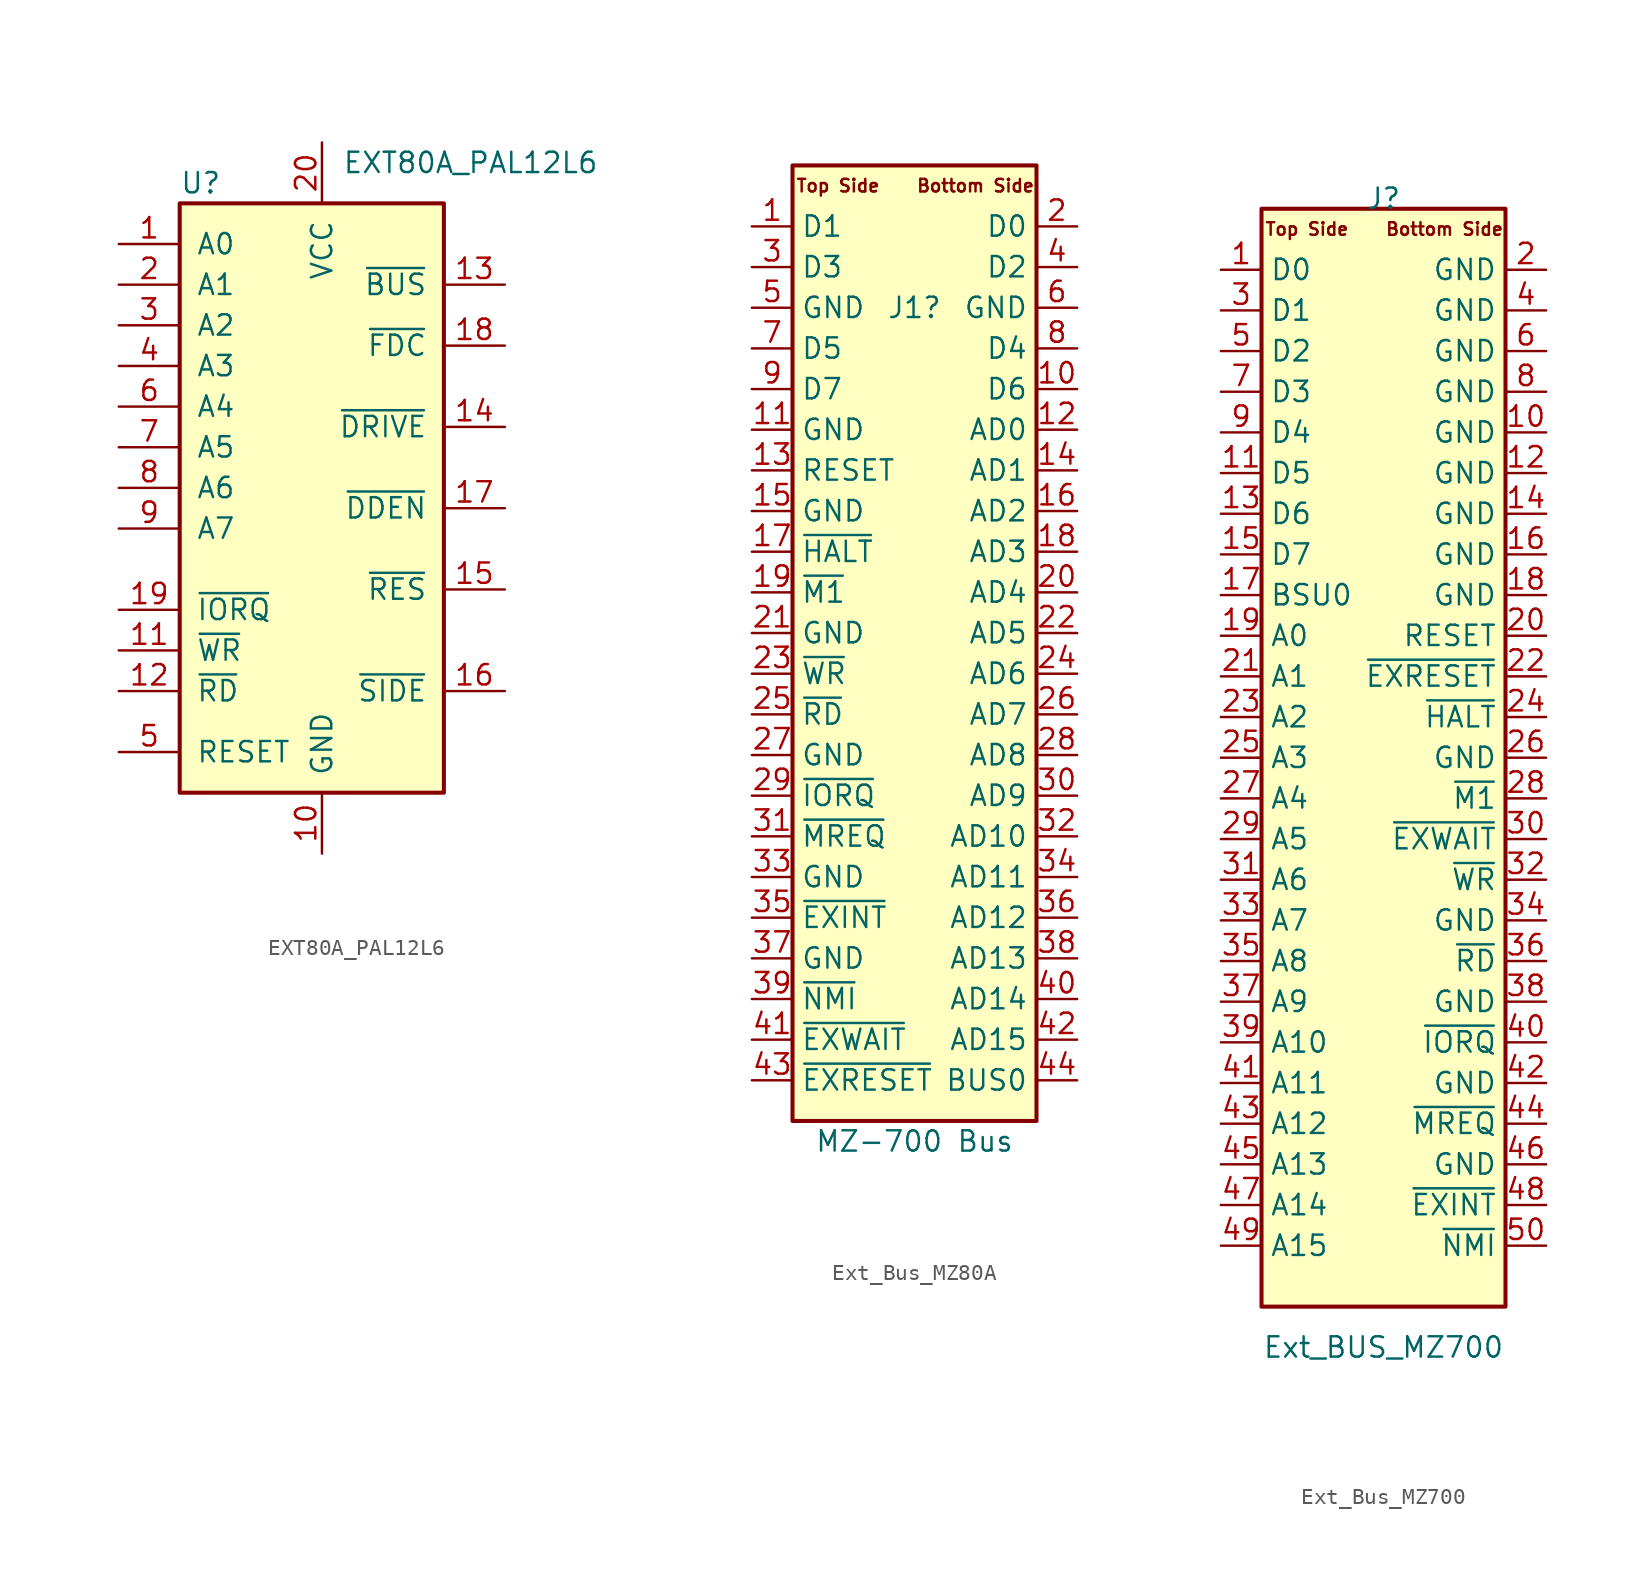
<source format=kicad_sym>
(kicad_symbol_lib
  (version 20220914)
  (generator kicad_symbol_editor)
  (symbol "EXT80A_PAL12L6"
    (pin_names
      (offset 1.016))
    (property "Reference" "U"
      (at -8.89 16.51 0)
      (effects (font (size 1.27 1.27)) (justify left)))
    (property "Value" "EXT80A_PAL12L6"
      (at 1.27 17.78 0)
      (effects (font (size 1.27 1.27)) (justify left)))
    (symbol "EXT80A_PAL12L6_0_0"
      (pin power_in line (at 0 -25.4 90) (length 3.81) (name "GND" (effects (font (size 1.27 1.27)))) (number "10" (effects (font (size 1.27 1.27)))))
      (pin power_in line (at 0 19.05 270) (length 3.81) (name "VCC" (effects (font (size 1.27 1.27)))) (number "20" (effects (font (size 1.27 1.27))))))
    (symbol "EXT80A_PAL12L6_0_1"
      (rectangle (start -8.89 15.24) (end 7.62 -21.59) (stroke (width 0.254) (type default)) (fill (type background))))
    (symbol "EXT80A_PAL12L6_1_1"
      (pin input line (at -12.7 12.7 0) (length 3.81) (name "A0" (effects (font (size 1.27 1.27)))) (number "1" (effects (font (size 1.27 1.27)))))
      (pin input line (at -12.7 -12.7 0) (length 3.81) (name "~{WR}" (effects (font (size 1.27 1.27)))) (number "11" (effects (font (size 1.27 1.27)))))
      (pin input line (at -12.7 -15.24 0) (length 3.81) (name "~{RD}" (effects (font (size 1.27 1.27)))) (number "12" (effects (font (size 1.27 1.27)))))
      (pin output line (at 11.43 10.16 180) (length 3.81) (name "~{BUS}" (effects (font (size 1.27 1.27)))) (number "13" (effects (font (size 1.27 1.27)))))
      (pin output line (at 11.43 1.27 180) (length 3.81) (name "~{DRIVE}" (effects (font (size 1.27 1.27)))) (number "14" (effects (font (size 1.27 1.27)))))
      (pin output line (at 11.43 -8.89 180) (length 3.81) (name "~{RES}" (effects (font (size 1.27 1.27)))) (number "15" (effects (font (size 1.27 1.27)))))
      (pin output line (at 11.43 -15.24 180) (length 3.81) (name "~{SIDE}" (effects (font (size 1.27 1.27)))) (number "16" (effects (font (size 1.27 1.27)))))
      (pin output line (at 11.43 -3.81 180) (length 3.81) (name "~{DDEN}" (effects (font (size 1.27 1.27)))) (number "17" (effects (font (size 1.27 1.27)))))
      (pin output line (at 11.43 6.35 180) (length 3.81) (name "~{FDC}" (effects (font (size 1.27 1.27)))) (number "18" (effects (font (size 1.27 1.27)))))
      (pin input line (at -12.7 -10.16 0) (length 3.81) (name "~{IORQ}" (effects (font (size 1.27 1.27)))) (number "19" (effects (font (size 1.27 1.27)))))
      (pin input line (at -12.7 10.16 0) (length 3.81) (name "A1" (effects (font (size 1.27 1.27)))) (number "2" (effects (font (size 1.27 1.27)))))
      (pin input line (at -12.7 7.62 0) (length 3.81) (name "A2" (effects (font (size 1.27 1.27)))) (number "3" (effects (font (size 1.27 1.27)))))
      (pin input line (at -12.7 5.08 0) (length 3.81) (name "A3" (effects (font (size 1.27 1.27)))) (number "4" (effects (font (size 1.27 1.27)))))
      (pin input line (at -12.7 -19.05 0) (length 3.81) (name "RESET" (effects (font (size 1.27 1.27)))) (number "5" (effects (font (size 1.27 1.27)))))
      (pin input line (at -12.7 2.54 0) (length 3.81) (name "A4" (effects (font (size 1.27 1.27)))) (number "6" (effects (font (size 1.27 1.27)))))
      (pin input line (at -12.7 0 0) (length 3.81) (name "A5" (effects (font (size 1.27 1.27)))) (number "7" (effects (font (size 1.27 1.27)))))
      (pin input line (at -12.7 -2.54 0) (length 3.81) (name "A6" (effects (font (size 1.27 1.27)))) (number "8" (effects (font (size 1.27 1.27)))))
      (pin input line (at -12.7 -5.08 0) (length 3.81) (name "A7" (effects (font (size 1.27 1.27)))) (number "9" (effects (font (size 1.27 1.27)))))))
  (symbol "Ext_Bus_MZ80A"
    (property "Reference" "J1"
      (at 0 21.59 0)
      (effects (font (size 1.27 1.27))))
    (property "Value" "MZ-700 Bus"
      (at 0 -30.48 0)
      (effects (font (size 1.27 1.27))))
    (symbol "Ext_Bus_MZ80A_0_0"
      (text " Top Side" (at -5.08 29.21 0) (effects (font (size 0.787 0.787))))
      (text "Bottom Side" (at 3.81 29.21 0) (effects (font (size 0.787 0.787)))))
    (symbol "Ext_Bus_MZ80A_0_1"
      (rectangle (start -7.62 30.48) (end 7.62 -29.21) (stroke (width 0.254) (type default)) (fill (type background))))
    (symbol "Ext_Bus_MZ80A_1_1"
      (pin tri_state line (at -10.16 26.67 0) (length 2.54) (name "D1" (effects (font (size 1.27 1.27)))) (number "1" (effects (font (size 1.27 1.27)))))
      (pin tri_state line (at 10.16 16.51 180) (length 2.54) (name "D6" (effects (font (size 1.27 1.27)))) (number "10" (effects (font (size 1.27 1.27)))))
      (pin power_in line (at -10.16 13.97 0) (length 2.54) (name "GND" (effects (font (size 1.27 1.27)))) (number "11" (effects (font (size 1.27 1.27)))))
      (pin tri_state line (at 10.16 13.97 180) (length 2.54) (name "AD0" (effects (font (size 1.27 1.27)))) (number "12" (effects (font (size 1.27 1.27)))))
      (pin tri_state line (at -10.16 11.43 0) (length 2.54) (name "RESET" (effects (font (size 1.27 1.27)))) (number "13" (effects (font (size 1.27 1.27)))))
      (pin tri_state line (at 10.16 11.43 180) (length 2.54) (name "AD1" (effects (font (size 1.27 1.27)))) (number "14" (effects (font (size 1.27 1.27)))))
      (pin power_in line (at -10.16 8.89 0) (length 2.54) (name "GND" (effects (font (size 1.27 1.27)))) (number "15" (effects (font (size 1.27 1.27)))))
      (pin tri_state line (at 10.16 8.89 180) (length 2.54) (name "AD2" (effects (font (size 1.27 1.27)))) (number "16" (effects (font (size 1.27 1.27)))))
      (pin tri_state line (at -10.16 6.35 0) (length 2.54) (name "~{HALT}" (effects (font (size 1.27 1.27)))) (number "17" (effects (font (size 1.27 1.27)))))
      (pin tri_state line (at 10.16 6.35 180) (length 2.54) (name "AD3" (effects (font (size 1.27 1.27)))) (number "18" (effects (font (size 1.27 1.27)))))
      (pin tri_state line (at -10.16 3.81 0) (length 2.54) (name "~{M1}" (effects (font (size 1.27 1.27)))) (number "19" (effects (font (size 1.27 1.27)))))
      (pin tri_state line (at 10.16 26.67 180) (length 2.54) (name "D0" (effects (font (size 1.27 1.27)))) (number "2" (effects (font (size 1.27 1.27)))))
      (pin tri_state line (at 10.16 3.81 180) (length 2.54) (name "AD4" (effects (font (size 1.27 1.27)))) (number "20" (effects (font (size 1.27 1.27)))))
      (pin power_in line (at -10.16 1.27 0) (length 2.54) (name "GND" (effects (font (size 1.27 1.27)))) (number "21" (effects (font (size 1.27 1.27)))))
      (pin tri_state line (at 10.16 1.27 180) (length 2.54) (name "AD5" (effects (font (size 1.27 1.27)))) (number "22" (effects (font (size 1.27 1.27)))))
      (pin tri_state line (at -10.16 -1.27 0) (length 2.54) (name "~{WR}" (effects (font (size 1.27 1.27)))) (number "23" (effects (font (size 1.27 1.27)))))
      (pin tri_state line (at 10.16 -1.27 180) (length 2.54) (name "AD6" (effects (font (size 1.27 1.27)))) (number "24" (effects (font (size 1.27 1.27)))))
      (pin tri_state line (at -10.16 -3.81 0) (length 2.54) (name "~{RD}" (effects (font (size 1.27 1.27)))) (number "25" (effects (font (size 1.27 1.27)))))
      (pin tri_state line (at 10.16 -3.81 180) (length 2.54) (name "AD7" (effects (font (size 1.27 1.27)))) (number "26" (effects (font (size 1.27 1.27)))))
      (pin power_in line (at -10.16 -6.35 0) (length 2.54) (name "GND" (effects (font (size 1.27 1.27)))) (number "27" (effects (font (size 1.27 1.27)))))
      (pin tri_state line (at 10.16 -6.35 180) (length 2.54) (name "AD8" (effects (font (size 1.27 1.27)))) (number "28" (effects (font (size 1.27 1.27)))))
      (pin tri_state line (at -10.16 -8.89 0) (length 2.54) (name "~{IORQ}" (effects (font (size 1.27 1.27)))) (number "29" (effects (font (size 1.27 1.27)))))
      (pin tri_state line (at -10.16 24.13 0) (length 2.54) (name "D3" (effects (font (size 1.27 1.27)))) (number "3" (effects (font (size 1.27 1.27)))))
      (pin tri_state line (at 10.16 -8.89 180) (length 2.54) (name "AD9" (effects (font (size 1.27 1.27)))) (number "30" (effects (font (size 1.27 1.27)))))
      (pin tri_state line (at -10.16 -11.43 0) (length 2.54) (name "~{MREQ}" (effects (font (size 1.27 1.27)))) (number "31" (effects (font (size 1.27 1.27)))))
      (pin tri_state line (at 10.16 -11.43 180) (length 2.54) (name "AD10" (effects (font (size 1.27 1.27)))) (number "32" (effects (font (size 1.27 1.27)))))
      (pin power_in line (at -10.16 -13.97 0) (length 2.54) (name "GND" (effects (font (size 1.27 1.27)))) (number "33" (effects (font (size 1.27 1.27)))))
      (pin tri_state line (at 10.16 -13.97 180) (length 2.54) (name "AD11" (effects (font (size 1.27 1.27)))) (number "34" (effects (font (size 1.27 1.27)))))
      (pin tri_state line (at -10.16 -16.51 0) (length 2.54) (name "~{EXINT}" (effects (font (size 1.27 1.27)))) (number "35" (effects (font (size 1.27 1.27)))))
      (pin tri_state line (at 10.16 -16.51 180) (length 2.54) (name "AD12" (effects (font (size 1.27 1.27)))) (number "36" (effects (font (size 1.27 1.27)))))
      (pin power_in line (at -10.16 -19.05 0) (length 2.54) (name "GND" (effects (font (size 1.27 1.27)))) (number "37" (effects (font (size 1.27 1.27)))))
      (pin tri_state line (at 10.16 -19.05 180) (length 2.54) (name "AD13" (effects (font (size 1.27 1.27)))) (number "38" (effects (font (size 1.27 1.27)))))
      (pin tri_state line (at -10.16 -21.59 0) (length 2.54) (name "~{NMI}" (effects (font (size 1.27 1.27)))) (number "39" (effects (font (size 1.27 1.27)))))
      (pin tri_state line (at 10.16 24.13 180) (length 2.54) (name "D2" (effects (font (size 1.27 1.27)))) (number "4" (effects (font (size 1.27 1.27)))))
      (pin tri_state line (at 10.16 -21.59 180) (length 2.54) (name "AD14" (effects (font (size 1.27 1.27)))) (number "40" (effects (font (size 1.27 1.27)))))
      (pin tri_state line (at -10.16 -24.13 0) (length 2.54) (name "~{EXWAIT}" (effects (font (size 1.27 1.27)))) (number "41" (effects (font (size 1.27 1.27)))))
      (pin tri_state line (at 10.16 -24.13 180) (length 2.54) (name "AD15" (effects (font (size 1.27 1.27)))) (number "42" (effects (font (size 1.27 1.27)))))
      (pin tri_state line (at -10.16 -26.67 0) (length 2.54) (name "~{EXRESET}" (effects (font (size 1.27 1.27)))) (number "43" (effects (font (size 1.27 1.27)))))
      (pin tri_state line (at 10.16 -26.67 180) (length 2.54) (name "BUS0" (effects (font (size 1.27 1.27)))) (number "44" (effects (font (size 1.27 1.27)))))
      (pin power_in line (at -10.16 21.59 0) (length 2.54) (name "GND" (effects (font (size 1.27 1.27)))) (number "5" (effects (font (size 1.27 1.27)))))
      (pin power_in line (at 10.16 21.59 180) (length 2.54) (name "GND" (effects (font (size 1.27 1.27)))) (number "6" (effects (font (size 1.27 1.27)))))
      (pin tri_state line (at -10.16 19.05 0) (length 2.54) (name "D5" (effects (font (size 1.27 1.27)))) (number "7" (effects (font (size 1.27 1.27)))))
      (pin tri_state line (at 10.16 19.05 180) (length 2.54) (name "D4" (effects (font (size 1.27 1.27)))) (number "8" (effects (font (size 1.27 1.27)))))
      (pin tri_state line (at -10.16 16.51 0) (length 2.54) (name "D7" (effects (font (size 1.27 1.27)))) (number "9" (effects (font (size 1.27 1.27)))))))
  (symbol "Ext_Bus_MZ700"
    (property "Reference" "J"
      (at 0 31.115 0)
      (effects (font (size 1.27 1.27))))
    (property "Value" "Ext_BUS_MZ700"
      (at 0 -40.64 0)
      (effects (font (size 1.27 1.27))))
    (symbol "Ext_Bus_MZ700_0_0"
      (text " Top Side" (at -5.08 29.21 0) (effects (font (size 0.787 0.787))))
      (text "Bottom Side" (at 3.81 29.21 0) (effects (font (size 0.787 0.787)))))
    (symbol "Ext_Bus_MZ700_0_1"
      (rectangle (start -7.62 30.48) (end 7.62 -38.1) (stroke (width 0.254) (type default)) (fill (type background))))
    (symbol "Ext_Bus_MZ700_1_1"
      (pin tri_state line (at -10.16 26.67 0) (length 2.54) (name "D0" (effects (font (size 1.27 1.27)))) (number "1" (effects (font (size 1.27 1.27)))))
      (pin power_in line (at 10.16 16.51 180) (length 2.54) (name "GND" (effects (font (size 1.27 1.27)))) (number "10" (effects (font (size 1.27 1.27)))))
      (pin tri_state line (at -10.16 13.97 0) (length 2.54) (name "D5" (effects (font (size 1.27 1.27)))) (number "11" (effects (font (size 1.27 1.27)))))
      (pin power_in line (at 10.16 13.97 180) (length 2.54) (name "GND" (effects (font (size 1.27 1.27)))) (number "12" (effects (font (size 1.27 1.27)))))
      (pin tri_state line (at -10.16 11.43 0) (length 2.54) (name "D6" (effects (font (size 1.27 1.27)))) (number "13" (effects (font (size 1.27 1.27)))))
      (pin power_in line (at 10.16 11.43 180) (length 2.54) (name "GND" (effects (font (size 1.27 1.27)))) (number "14" (effects (font (size 1.27 1.27)))))
      (pin tri_state line (at -10.16 8.89 0) (length 2.54) (name "D7" (effects (font (size 1.27 1.27)))) (number "15" (effects (font (size 1.27 1.27)))))
      (pin power_in line (at 10.16 8.89 180) (length 2.54) (name "GND" (effects (font (size 1.27 1.27)))) (number "16" (effects (font (size 1.27 1.27)))))
      (pin tri_state line (at -10.16 6.35 0) (length 2.54) (name "BSU0" (effects (font (size 1.27 1.27)))) (number "17" (effects (font (size 1.27 1.27)))))
      (pin power_in line (at 10.16 6.35 180) (length 2.54) (name "GND" (effects (font (size 1.27 1.27)))) (number "18" (effects (font (size 1.27 1.27)))))
      (pin tri_state line (at -10.16 3.81 0) (length 2.54) (name "A0" (effects (font (size 1.27 1.27)))) (number "19" (effects (font (size 1.27 1.27)))))
      (pin power_in line (at 10.16 26.67 180) (length 2.54) (name "GND" (effects (font (size 1.27 1.27)))) (number "2" (effects (font (size 1.27 1.27)))))
      (pin tri_state line (at 10.16 3.81 180) (length 2.54) (name "RESET" (effects (font (size 1.27 1.27)))) (number "20" (effects (font (size 1.27 1.27)))))
      (pin tri_state line (at -10.16 1.27 0) (length 2.54) (name "A1" (effects (font (size 1.27 1.27)))) (number "21" (effects (font (size 1.27 1.27)))))
      (pin tri_state line (at 10.16 1.27 180) (length 2.54) (name "~{EXRESET}" (effects (font (size 1.27 1.27)))) (number "22" (effects (font (size 1.27 1.27)))))
      (pin tri_state line (at -10.16 -1.27 0) (length 2.54) (name "A2" (effects (font (size 1.27 1.27)))) (number "23" (effects (font (size 1.27 1.27)))))
      (pin tri_state line (at 10.16 -1.27 180) (length 2.54) (name "~{HALT}" (effects (font (size 1.27 1.27)))) (number "24" (effects (font (size 1.27 1.27)))))
      (pin tri_state line (at -10.16 -3.81 0) (length 2.54) (name "A3" (effects (font (size 1.27 1.27)))) (number "25" (effects (font (size 1.27 1.27)))))
      (pin power_in line (at 10.16 -3.81 180) (length 2.54) (name "GND" (effects (font (size 1.27 1.27)))) (number "26" (effects (font (size 1.27 1.27)))))
      (pin tri_state line (at -10.16 -6.35 0) (length 2.54) (name "A4" (effects (font (size 1.27 1.27)))) (number "27" (effects (font (size 1.27 1.27)))))
      (pin tri_state line (at 10.16 -6.35 180) (length 2.54) (name "~{M1}" (effects (font (size 1.27 1.27)))) (number "28" (effects (font (size 1.27 1.27)))))
      (pin tri_state line (at -10.16 -8.89 0) (length 2.54) (name "A5" (effects (font (size 1.27 1.27)))) (number "29" (effects (font (size 1.27 1.27)))))
      (pin tri_state line (at -10.16 24.13 0) (length 2.54) (name "D1" (effects (font (size 1.27 1.27)))) (number "3" (effects (font (size 1.27 1.27)))))
      (pin tri_state line (at 10.16 -8.89 180) (length 2.54) (name "~{EXWAIT}" (effects (font (size 1.27 1.27)))) (number "30" (effects (font (size 1.27 1.27)))))
      (pin tri_state line (at -10.16 -11.43 0) (length 2.54) (name "A6" (effects (font (size 1.27 1.27)))) (number "31" (effects (font (size 1.27 1.27)))))
      (pin tri_state line (at 10.16 -11.43 180) (length 2.54) (name "~{WR}" (effects (font (size 1.27 1.27)))) (number "32" (effects (font (size 1.27 1.27)))))
      (pin tri_state line (at -10.16 -13.97 0) (length 2.54) (name "A7" (effects (font (size 1.27 1.27)))) (number "33" (effects (font (size 1.27 1.27)))))
      (pin power_in line (at 10.16 -13.97 180) (length 2.54) (name "GND" (effects (font (size 1.27 1.27)))) (number "34" (effects (font (size 1.27 1.27)))))
      (pin tri_state line (at -10.16 -16.51 0) (length 2.54) (name "A8" (effects (font (size 1.27 1.27)))) (number "35" (effects (font (size 1.27 1.27)))))
      (pin tri_state line (at 10.16 -16.51 180) (length 2.54) (name "~{RD}" (effects (font (size 1.27 1.27)))) (number "36" (effects (font (size 1.27 1.27)))))
      (pin tri_state line (at -10.16 -19.05 0) (length 2.54) (name "A9" (effects (font (size 1.27 1.27)))) (number "37" (effects (font (size 1.27 1.27)))))
      (pin power_in line (at 10.16 -19.05 180) (length 2.54) (name "GND" (effects (font (size 1.27 1.27)))) (number "38" (effects (font (size 1.27 1.27)))))
      (pin tri_state line (at -10.16 -21.59 0) (length 2.54) (name "A10" (effects (font (size 1.27 1.27)))) (number "39" (effects (font (size 1.27 1.27)))))
      (pin power_in line (at 10.16 24.13 180) (length 2.54) (name "GND" (effects (font (size 1.27 1.27)))) (number "4" (effects (font (size 1.27 1.27)))))
      (pin tri_state line (at 10.16 -21.59 180) (length 2.54) (name "~{IORQ}" (effects (font (size 1.27 1.27)))) (number "40" (effects (font (size 1.27 1.27)))))
      (pin tri_state line (at -10.16 -24.13 0) (length 2.54) (name "A11" (effects (font (size 1.27 1.27)))) (number "41" (effects (font (size 1.27 1.27)))))
      (pin power_in line (at 10.16 -24.13 180) (length 2.54) (name "GND" (effects (font (size 1.27 1.27)))) (number "42" (effects (font (size 1.27 1.27)))))
      (pin tri_state line (at -10.16 -26.67 0) (length 2.54) (name "A12" (effects (font (size 1.27 1.27)))) (number "43" (effects (font (size 1.27 1.27)))))
      (pin tri_state line (at 10.16 -26.67 180) (length 2.54) (name "~{MREQ}" (effects (font (size 1.27 1.27)))) (number "44" (effects (font (size 1.27 1.27)))))
      (pin tri_state line (at -10.16 -29.21 0) (length 2.54) (name "A13" (effects (font (size 1.27 1.27)))) (number "45" (effects (font (size 1.27 1.27)))))
      (pin power_in line (at 10.16 -29.21 180) (length 2.54) (name "GND" (effects (font (size 1.27 1.27)))) (number "46" (effects (font (size 1.27 1.27)))))
      (pin tri_state line (at -10.16 -31.75 0) (length 2.54) (name "A14" (effects (font (size 1.27 1.27)))) (number "47" (effects (font (size 1.27 1.27)))))
      (pin tri_state line (at 10.16 -31.75 180) (length 2.54) (name "~{EXINT}" (effects (font (size 1.27 1.27)))) (number "48" (effects (font (size 1.27 1.27)))))
      (pin tri_state line (at -10.16 -34.29 0) (length 2.54) (name "A15" (effects (font (size 1.27 1.27)))) (number "49" (effects (font (size 1.27 1.27)))))
      (pin tri_state line (at -10.16 21.59 0) (length 2.54) (name "D2" (effects (font (size 1.27 1.27)))) (number "5" (effects (font (size 1.27 1.27)))))
      (pin tri_state line (at 10.16 -34.29 180) (length 2.54) (name "~{NMI}" (effects (font (size 1.27 1.27)))) (number "50" (effects (font (size 1.27 1.27)))))
      (pin power_in line (at 10.16 21.59 180) (length 2.54) (name "GND" (effects (font (size 1.27 1.27)))) (number "6" (effects (font (size 1.27 1.27)))))
      (pin tri_state line (at -10.16 19.05 0) (length 2.54) (name "D3" (effects (font (size 1.27 1.27)))) (number "7" (effects (font (size 1.27 1.27)))))
      (pin power_in line (at 10.16 19.05 180) (length 2.54) (name "GND" (effects (font (size 1.27 1.27)))) (number "8" (effects (font (size 1.27 1.27)))))
      (pin tri_state line (at -10.16 16.51 0) (length 2.54) (name "D4" (effects (font (size 1.27 1.27)))) (number "9" (effects (font (size 1.27 1.27))))))))
</source>
